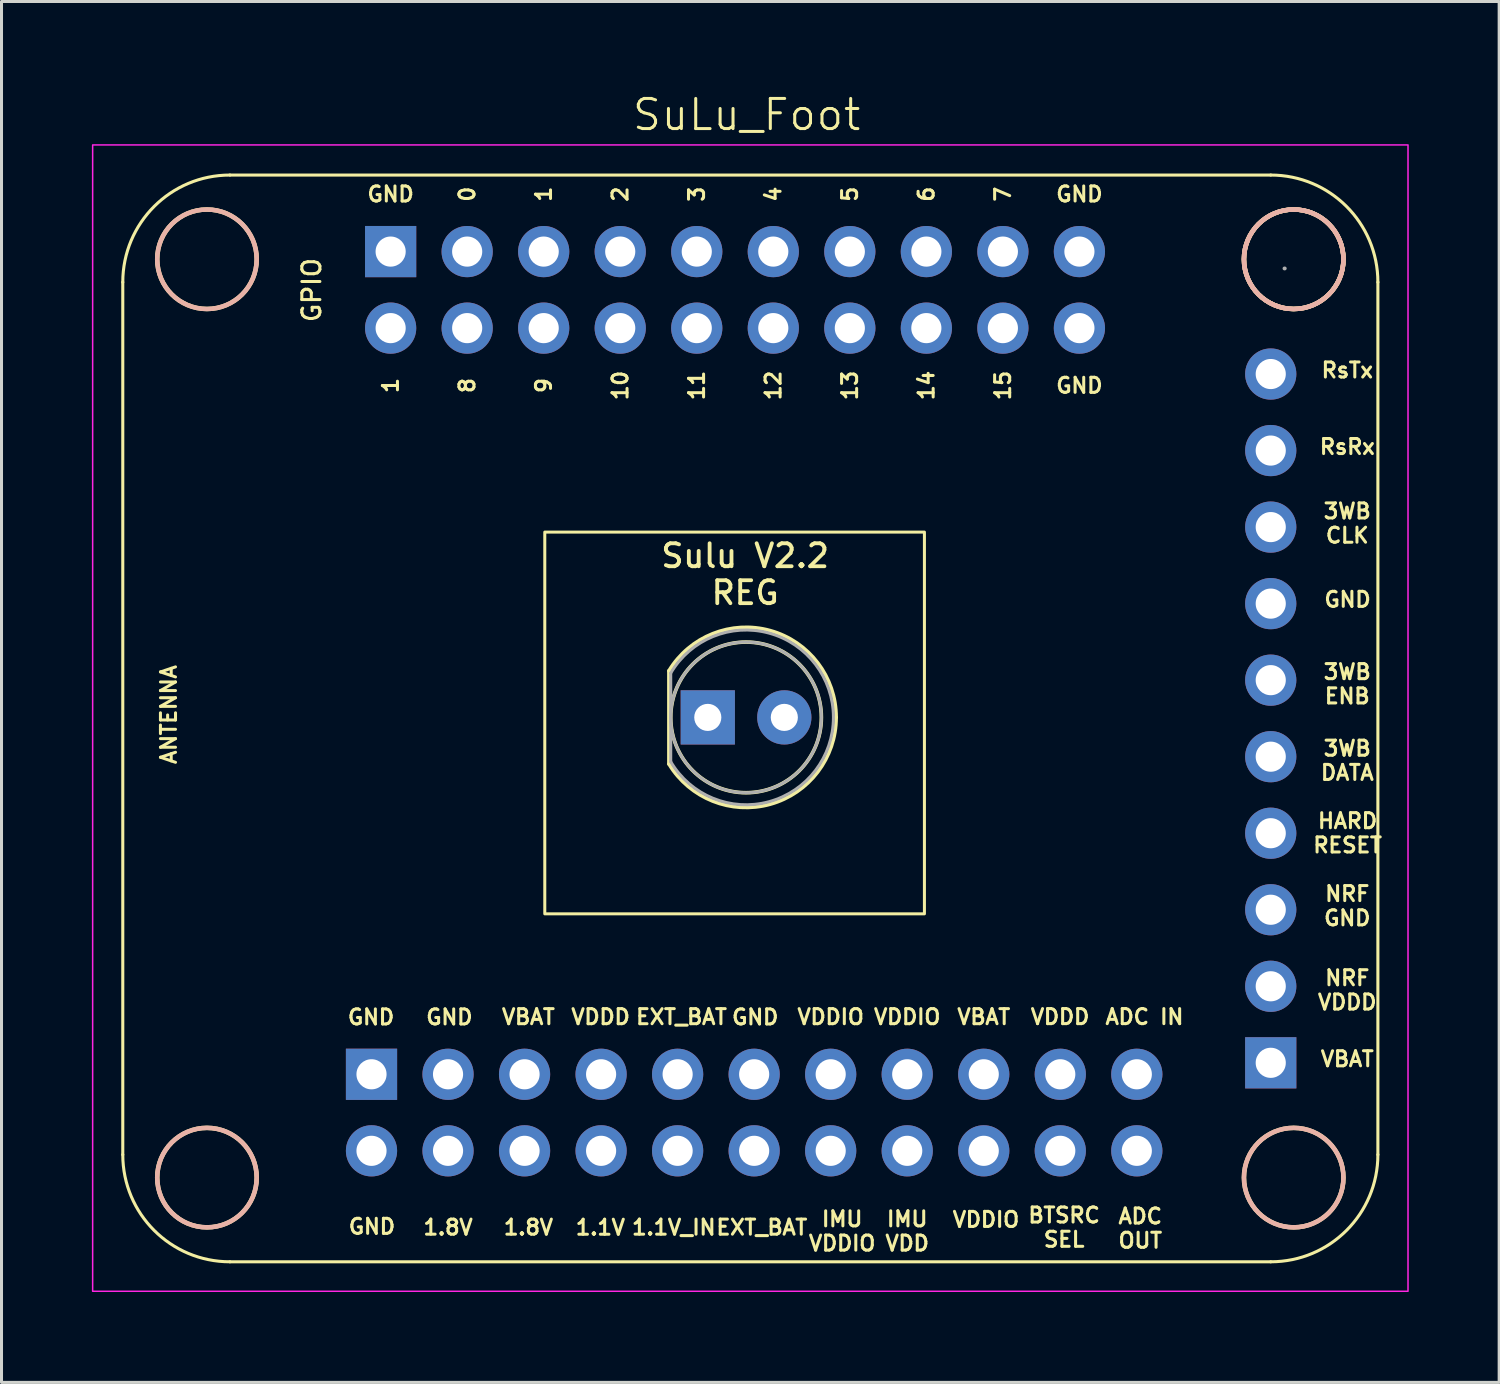
<source format=kicad_pcb>
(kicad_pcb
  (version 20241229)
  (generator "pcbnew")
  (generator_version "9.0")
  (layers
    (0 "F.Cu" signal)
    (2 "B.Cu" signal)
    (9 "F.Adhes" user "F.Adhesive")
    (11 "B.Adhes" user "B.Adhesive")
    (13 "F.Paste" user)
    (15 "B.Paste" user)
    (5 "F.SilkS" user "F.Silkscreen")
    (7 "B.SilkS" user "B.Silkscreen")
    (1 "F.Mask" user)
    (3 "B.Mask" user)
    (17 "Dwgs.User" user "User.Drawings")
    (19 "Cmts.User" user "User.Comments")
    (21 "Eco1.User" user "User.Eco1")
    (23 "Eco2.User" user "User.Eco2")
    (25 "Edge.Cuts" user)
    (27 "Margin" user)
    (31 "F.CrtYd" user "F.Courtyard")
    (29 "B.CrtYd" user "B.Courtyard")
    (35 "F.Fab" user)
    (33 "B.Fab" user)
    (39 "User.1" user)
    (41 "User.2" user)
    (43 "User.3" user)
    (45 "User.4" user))
  (footprint "SuLu_Foot"
    (layer "F.Cu")
    (at 21.681 20.86)
    (property "Reference" "SuLu_Foot" (at 0.05 -20.1 0) (unlocked yes) (layer "F.SilkS") (effects (font (size 1 1) (thickness 0.1))))
    (attr smd)
    (fp_line (start -20.656 14.412) (end -20.656 -14.544) (stroke (width 0.102) (type solid)) (layer "F.SilkS"))
    (fp_line (start -17.1 17.968) (end 17.444 17.968) (stroke (width 0.102) (type solid)) (layer "F.SilkS"))
    (fp_line (start -2.53 -1.645) (end -2.53 1.445) (stroke (width 0.12) (type solid)) (layer "F.SilkS"))
    (fp_line (start 17.444 -18.1) (end -17.1 -18.1) (stroke (width 0.102) (type solid)) (layer "F.SilkS"))
    (fp_line (start 21 14.412) (end 21 -14.544) (stroke (width 0.102) (type solid)) (layer "F.SilkS"))
    (fp_rect (start -6.65 6.42) (end 5.95 -6.25) (stroke (width 0.1) (type default)) (fill no) (layer "F.SilkS"))
    (fp_arc (start -20.656 -14.544) (mid -19.614472 -17.058472) (end -17.1 -18.1) (stroke (width 0.1016) (type solid)) (layer "F.SilkS"))
    (fp_arc (start -17.1 17.968) (mid -19.614472 16.926472) (end -20.656 14.412) (stroke (width 0.1016) (type solid)) (layer "F.SilkS"))
    (fp_arc (start -2.53 -1.64483) (mid 0.832002 -2.980433) (end 3.02 -0.099538) (stroke (width 0.12) (type solid)) (layer "F.SilkS"))
    (fp_arc (start 3.02 -0.100462) (mid 0.832002 2.780433) (end -2.53 1.44483) (stroke (width 0.12) (type solid)) (layer "F.SilkS"))
    (fp_arc (start 17.444 -18.1) (mid 19.958472 -17.058472) (end 21 -14.544) (stroke (width 0.1016) (type solid)) (layer "F.SilkS"))
    (fp_arc (start 21 14.412) (mid 19.958472 16.926472) (end 17.444 17.968) (stroke (width 0.1016) (type solid)) (layer "F.SilkS"))
    (fp_circle (center -17.862 -15.306) (end -17.862 -13.655) (stroke (width 0.15) (type solid)) (fill no) (layer "F.SilkS"))
    (fp_circle (center -17.862 15.174) (end -17.862 16.825) (stroke (width 0.15) (type solid)) (fill no) (layer "F.SilkS"))
    (fp_circle (center 0.03 -0.1) (end 2.53 -0.1) (stroke (width 0.12) (type solid)) (fill no) (layer "F.SilkS"))
    (fp_circle (center 18.206 -15.306) (end 18.206 -13.655) (stroke (width 0.15) (type solid)) (fill no) (layer "F.SilkS"))
    (fp_circle (center 18.206 -15.306) (end 18.206 -13.655) (stroke (width 0.15) (type solid)) (fill no) (layer "F.SilkS"))
    (fp_circle (center 18.206 15.174) (end 18.206 16.825) (stroke (width 0.15) (type solid)) (fill no) (layer "F.SilkS"))
    (fp_circle (center -17.862 -15.306) (end -17.862 -16.957) (stroke (width 0.15) (type solid)) (fill no) (layer "B.SilkS"))
    (fp_circle (center -17.862 15.174) (end -17.862 13.523) (stroke (width 0.15) (type solid)) (fill no) (layer "B.SilkS"))
    (fp_circle (center 18.206 -15.306) (end 18.206 -16.957) (stroke (width 0.15) (type solid)) (fill no) (layer "B.SilkS"))
    (fp_circle (center 18.206 -15.306) (end 18.206 -16.957) (stroke (width 0.15) (type solid)) (fill no) (layer "B.SilkS"))
    (fp_circle (center 18.206 15.174) (end 18.206 13.523) (stroke (width 0.15) (type solid)) (fill no) (layer "B.SilkS"))
    (fp_rect (start -21.656 -19.1) (end 22 18.946) (stroke (width 0.05) (type default)) (fill no) (layer "F.CrtYd"))
    (fp_line (start -2.47 -1.57) (end -2.47 1.37) (stroke (width 0.1) (type solid)) (layer "F.Fab"))
    (fp_line (start 17.9 -15) (end 17.91 -15) (stroke (width 0.127) (type solid)) (layer "F.Fab"))
    (fp_arc (start -2.47 -1.569694) (mid 2.93 -0.099984) (end -2.470016 1.369666) (stroke (width 0.1) (type solid)) (layer "F.Fab"))
    (fp_circle (center 0.03 -0.1) (end 2.53 -0.1) (stroke (width 0.1) (type solid)) (fill no) (layer "F.Fab"))
    (fp_text user "GND" (at 0.334 9.848 0) (unlocked yes) (layer "F.SilkS") (effects (font (size 0.5 0.5) (thickness 0.1))))
    (fp_text user "5" (at 3.474 -17.465 90) (unlocked yes) (layer "F.SilkS") (effects (font (size 0.5 0.5) (thickness 0.1))))
    (fp_text user "15" (at 8.554 -11.115 90) (unlocked yes) (layer "F.SilkS") (effects (font (size 0.5 0.5) (thickness 0.1))))
    (fp_text user "GND" (at -12.386 16.798 0) (unlocked yes) (layer "F.SilkS") (effects (font (size 0.5 0.5) (thickness 0.1))))
    (fp_text user "GND" (at -9.816 9.848 0) (unlocked yes) (layer "F.SilkS") (effects (font (size 0.5 0.5) (thickness 0.1))))
    (fp_text user "EXT_BAT" (at 0.553 16.825 0) (unlocked yes) (layer "F.SilkS") (effects (font (size 0.5 0.5) (thickness 0.1))))
    (fp_text user "GND" (at 11.094 -17.465 0) (unlocked yes) (layer "F.SilkS") (effects (font (size 0.5 0.5) (thickness 0.1))))
    (fp_text user "10" (at -4.146 -11.115 90) (unlocked yes) (layer "F.SilkS") (effects (font (size 0.5 0.5) (thickness 0.1))))
    (fp_text user "1.1V" (at -4.806 16.828 0) (unlocked yes) (layer "F.SilkS") (effects (font (size 0.5 0.5) (thickness 0.1))))
    (fp_text user "VBAT" (at 19.984 11.237 0) (unlocked yes) (layer "F.SilkS") (effects (font (size 0.5 0.5) (thickness 0.1))))
    (fp_text user "4" (at 0.934 -17.465 90) (unlocked yes) (layer "F.SilkS") (effects (font (size 0.5 0.5) (thickness 0.1))))
    (fp_text user "ANTENNA" (at -19.132 -0.193 90) (unlocked yes) (layer "F.SilkS") (effects (font (size 0.5 0.5) (thickness 0.1))))
    (fp_text user "RsRx" (at 19.984 -9.083 0) (unlocked yes) (layer "F.SilkS") (effects (font (size 0.5 0.5) (thickness 0.1))))
    (fp_text user "NRF\nVDDD" (at 19.984 8.951 0) (unlocked yes) (layer "F.SilkS") (effects (font (size 0.5 0.5) (thickness 0.1))))
    (fp_text user "1.1V_IN" (at -2.368 16.825 0) (unlocked yes) (layer "F.SilkS") (effects (font (size 0.5 0.5) (thickness 0.1))))
    (fp_text user "1.8V" (at -7.194 16.825 0) (unlocked yes) (layer "F.SilkS") (effects (font (size 0.5 0.5) (thickness 0.1))))
    (fp_text user "1" (at -11.766 -11.115 90) (unlocked yes) (layer "F.SilkS") (effects (font (size 0.5 0.5) (thickness 0.1))))
    (fp_text user "VBAT" (at 7.919 9.84 0) (unlocked yes) (layer "F.SilkS") (effects (font (size 0.5 0.5) (thickness 0.1))))
    (fp_text user "Sulu V2.2\nREG" (at 0 -4.85 0) (unlocked yes) (layer "F.SilkS") (effects (font (size 0.762 0.762) (thickness 0.127))))
    (fp_text user "IMU\nVDD" (at 5.379 16.952 0) (unlocked yes) (layer "F.SilkS") (effects (font (size 0.5 0.5) (thickness 0.1))))
    (fp_text user "3WB\nENB" (at 19.984 -1.209 0) (unlocked yes) (layer "F.SilkS") (effects (font (size 0.5 0.5) (thickness 0.1))))
    (fp_text user "BTSRC\nSEL" (at 10.586 16.825 0) (unlocked yes) (layer "F.SilkS") (effects (font (size 0.5 0.5) (thickness 0.1) (bold yes))))
    (fp_text user "VBAT" (at -7.194 9.84 0) (unlocked yes) (layer "F.SilkS") (effects (font (size 0.5 0.5) (thickness 0.1))))
    (fp_text user "IMU\nVDDIO" (at 3.22 16.952 0) (unlocked yes) (layer "F.SilkS") (effects (font (size 0.5 0.5) (thickness 0.1))))
    (fp_text user "2" (at -4.146 -17.465 90) (unlocked yes) (layer "F.SilkS") (effects (font (size 0.5 0.5) (thickness 0.1))))
    (fp_text user "GND" (at 11.094 -11.115 0) (unlocked yes) (layer "F.SilkS") (effects (font (size 0.5 0.5) (thickness 0.1))))
    (fp_text user "HARD\nRESET" (at 19.994 3.738 0) (unlocked yes) (layer "F.SilkS") (effects (font (size 0.5 0.5) (thickness 0.1) (bold yes))))
    (fp_text user "6" (at 6.014 -17.465 90) (unlocked yes) (layer "F.SilkS") (effects (font (size 0.5 0.5) (thickness 0.1))))
    (fp_text user "RsTx" (at 19.984 -11.623 0) (unlocked yes) (layer "F.SilkS") (effects (font (size 0.5 0.5) (thickness 0.1))))
    (fp_text user "VDDIO" (at 2.839 9.84 0) (unlocked yes) (layer "F.SilkS") (effects (font (size 0.5 0.5) (thickness 0.1))))
    (fp_text user "3" (at -1.606 -17.465 90) (unlocked yes) (layer "F.SilkS") (effects (font (size 0.5 0.5) (thickness 0.1))))
    (fp_text user "7" (at 8.554 -17.465 90) (unlocked yes) (layer "F.SilkS") (effects (font (size 0.5 0.5) (thickness 0.1))))
    (fp_text user "NRF\nGND" (at 19.984 6.157 0) (unlocked yes) (layer "F.SilkS") (effects (font (size 0.5 0.5) (thickness 0.1))))
    (fp_text user "0" (at -9.226 -17.465 90) (unlocked yes) (layer "F.SilkS") (effects (font (size 0.5 0.5) (thickness 0.1))))
    (fp_text user "3WB\nDATA" (at 19.984 1.331 0) (unlocked yes) (layer "F.SilkS") (effects (font (size 0.5 0.5) (thickness 0.1) (bold yes))))
    (fp_text user "12" (at 0.934 -11.115 90) (unlocked yes) (layer "F.SilkS") (effects (font (size 0.5 0.5) (thickness 0.1))))
    (fp_text user "9" (at -6.686 -11.115 90) (unlocked yes) (layer "F.SilkS") (effects (font (size 0.5 0.5) (thickness 0.1))))
    (fp_text user "GND" (at -12.416 9.848 0) (unlocked yes) (layer "F.SilkS") (effects (font (size 0.5 0.5) (thickness 0.1))))
    (fp_text user "3WB\nCLK" (at 19.984 -6.543 0) (unlocked yes) (layer "F.SilkS") (effects (font (size 0.5 0.5) (thickness 0.1))))
    (fp_text user "ADC\nOUT" (at 13.114 16.858 0) (unlocked yes) (layer "F.SilkS") (effects (font (size 0.5 0.5) (thickness 0.1) (bold yes))))
    (fp_text user "VDDIO" (at 5.379 9.84 0) (unlocked yes) (layer "F.SilkS") (effects (font (size 0.5 0.5) (thickness 0.1))))
    (fp_text user "8" (at -9.226 -11.115 90) (unlocked yes) (layer "F.SilkS") (effects (font (size 0.5 0.5) (thickness 0.1))))
    (fp_text user "14" (at 6.014 -11.115 90) (unlocked yes) (layer "F.SilkS") (effects (font (size 0.5 0.5) (thickness 0.1))))
    (fp_text user "EXT_BAT" (at -2.114 9.84 0) (unlocked yes) (layer "F.SilkS") (effects (font (size 0.5 0.5) (thickness 0.1))))
    (fp_text user "13" (at 3.474 -11.115 90) (unlocked yes) (layer "F.SilkS") (effects (font (size 0.5 0.5) (thickness 0.1))))
    (fp_text user "GND" (at 19.994 -4.012 0) (unlocked yes) (layer "F.SilkS") (effects (font (size 0.5 0.5) (thickness 0.1) (bold yes))))
    (fp_text user "11" (at -1.606 -11.115 90) (unlocked yes) (layer "F.SilkS") (effects (font (size 0.5 0.5) (thickness 0.1))))
    (fp_text user "ADC IN" (at 13.254 9.838 0) (unlocked yes) (layer "F.SilkS") (effects (font (size 0.5 0.5) (thickness 0.1) (bold yes))))
    (fp_text user "1.8V" (at -9.861 16.825 0) (unlocked yes) (layer "F.SilkS") (effects (font (size 0.5 0.5) (thickness 0.1))))
    (fp_text user "VDDD" (at -4.796 9.84 0) (unlocked yes) (layer "F.SilkS") (effects (font (size 0.5 0.5) (thickness 0.1))))
    (fp_text user "GPIO" (at -14.386 -14.282 90) (unlocked yes) (layer "F.SilkS") (effects (font (size 0.6 0.6) (thickness 0.1))))
    (fp_text user "1" (at -6.686 -17.465 90) (unlocked yes) (layer "F.SilkS") (effects (font (size 0.5 0.5) (thickness 0.1))))
    (fp_text user "VDDIO" (at 7.994 16.568 0) (unlocked yes) (layer "F.SilkS") (effects (font (size 0.5 0.5) (thickness 0.1))))
    (fp_text user "VDDD" (at 10.454 9.838 0) (unlocked yes) (layer "F.SilkS") (effects (font (size 0.5 0.5) (thickness 0.1))))
    (fp_text user "GND" (at -11.766 -17.465 0) (unlocked yes) (layer "F.SilkS") (effects (font (size 0.5 0.5) (thickness 0.1))))
    (pad "1a" thru_hole rect (at -11.766 -15.56 270) (size 1.7 1.7) (drill 1) (layers "*.Cu" "*.Mask"))
    (pad "1b" thru_hole rect (at 17.444 11.364) (size 1.7 1.7) (drill 1) (layers "*.Cu" "*.Mask"))
    (pad "1c" thru_hole rect (at -12.401 11.745 270) (size 1.7 1.7) (drill 1) (layers "*.Cu" "*.Mask"))
    (pad "1e" thru_hole rect (at -1.24 -0.1) (size 1.8 1.8) (drill 0.9) (layers "*.Cu" "*.Mask"))
    (pad "2a" thru_hole oval (at -11.766 -13.02 270) (size 1.7 1.7) (drill 1) (layers "*.Cu" "*.Mask"))
    (pad "2b" thru_hole oval (at 17.444 8.824) (size 1.7 1.7) (drill 1) (layers "*.Cu" "*.Mask"))
    (pad "2c" thru_hole oval (at -12.401 14.285 270) (size 1.7 1.7) (drill 1) (layers "*.Cu" "*.Mask"))
    (pad "2e" thru_hole circle (at 1.3 -0.1) (size 1.8 1.8) (drill 0.9) (layers "*.Cu" "*.Mask"))
    (pad "3a" thru_hole oval (at -9.226 -15.56 270) (size 1.7 1.7) (drill 1) (layers "*.Cu" "*.Mask"))
    (pad "3b" thru_hole oval (at 17.444 6.284) (size 1.7 1.7) (drill 1) (layers "*.Cu" "*.Mask"))
    (pad "3c" thru_hole oval (at -9.861 11.745 270) (size 1.7 1.7) (drill 1) (layers "*.Cu" "*.Mask"))
    (pad "4a" thru_hole oval (at -9.226 -13.02 270) (size 1.7 1.7) (drill 1) (layers "*.Cu" "*.Mask"))
    (pad "4b" thru_hole oval (at 17.444 3.744) (size 1.7 1.7) (drill 1) (layers "*.Cu" "*.Mask"))
    (pad "4c" thru_hole oval (at -9.861 14.285 270) (size 1.7 1.7) (drill 1) (layers "*.Cu" "*.Mask"))
    (pad "5a" thru_hole oval (at -6.686 -15.56 270) (size 1.7 1.7) (drill 1) (layers "*.Cu" "*.Mask"))
    (pad "5b" thru_hole oval (at 17.444 1.204) (size 1.7 1.7) (drill 1) (layers "*.Cu" "*.Mask"))
    (pad "5c" thru_hole oval (at -7.321 11.745 270) (size 1.7 1.7) (drill 1) (layers "*.Cu" "*.Mask"))
    (pad "6a" thru_hole oval (at -6.686 -13.02 270) (size 1.7 1.7) (drill 1) (layers "*.Cu" "*.Mask"))
    (pad "6b" thru_hole oval (at 17.444 -1.336) (size 1.7 1.7) (drill 1) (layers "*.Cu" "*.Mask"))
    (pad "6c" thru_hole oval (at -7.321 14.285 270) (size 1.7 1.7) (drill 1) (layers "*.Cu" "*.Mask"))
    (pad "7a" thru_hole oval (at -4.146 -15.56 270) (size 1.7 1.7) (drill 1) (layers "*.Cu" "*.Mask"))
    (pad "7b" thru_hole oval (at 17.444 -3.876) (size 1.7 1.7) (drill 1) (layers "*.Cu" "*.Mask"))
    (pad "7c" thru_hole oval (at -4.781 11.745 270) (size 1.7 1.7) (drill 1) (layers "*.Cu" "*.Mask"))
    (pad "8a" thru_hole oval (at -4.146 -13.02 270) (size 1.7 1.7) (drill 1) (layers "*.Cu" "*.Mask"))
    (pad "8b" thru_hole oval (at 17.444 -6.416) (size 1.7 1.7) (drill 1) (layers "*.Cu" "*.Mask"))
    (pad "8c" thru_hole oval (at -4.781 14.285 270) (size 1.7 1.7) (drill 1) (layers "*.Cu" "*.Mask"))
    (pad "9a" thru_hole oval (at -1.606 -15.56 270) (size 1.7 1.7) (drill 1) (layers "*.Cu" "*.Mask"))
    (pad "9b" thru_hole oval (at 17.444 -8.956) (size 1.7 1.7) (drill 1) (layers "*.Cu" "*.Mask"))
    (pad "9c" thru_hole oval (at -2.241 11.745 270) (size 1.7 1.7) (drill 1) (layers "*.Cu" "*.Mask"))
    (pad "10a" thru_hole oval (at -1.606 -13.02 270) (size 1.7 1.7) (drill 1) (layers "*.Cu" "*.Mask"))
    (pad "10b" thru_hole oval (at 17.444 -11.496) (size 1.7 1.7) (drill 1) (layers "*.Cu" "*.Mask"))
    (pad "10c" thru_hole oval (at -2.241 14.285 270) (size 1.7 1.7) (drill 1) (layers "*.Cu" "*.Mask"))
    (pad "11a" thru_hole oval (at 0.934 -15.56 270) (size 1.7 1.7) (drill 1) (layers "*.Cu" "*.Mask"))
    (pad "11c" thru_hole oval (at 0.299 11.745 270) (size 1.7 1.7) (drill 1) (layers "*.Cu" "*.Mask"))
    (pad "12a" thru_hole oval (at 0.934 -13.02 270) (size 1.7 1.7) (drill 1) (layers "*.Cu" "*.Mask"))
    (pad "12c" thru_hole oval (at 0.299 14.285 270) (size 1.7 1.7) (drill 1) (layers "*.Cu" "*.Mask"))
    (pad "13a" thru_hole oval (at 3.474 -15.56 270) (size 1.7 1.7) (drill 1) (layers "*.Cu" "*.Mask"))
    (pad "13c" thru_hole oval (at 2.839 11.745 270) (size 1.7 1.7) (drill 1) (layers "*.Cu" "*.Mask"))
    (pad "14a" thru_hole oval (at 3.474 -13.02 270) (size 1.7 1.7) (drill 1) (layers "*.Cu" "*.Mask"))
    (pad "14c" thru_hole oval (at 2.839 14.285 270) (size 1.7 1.7) (drill 1) (layers "*.Cu" "*.Mask"))
    (pad "15a" thru_hole oval (at 6.014 -15.56 270) (size 1.7 1.7) (drill 1) (layers "*.Cu" "*.Mask"))
    (pad "15c" thru_hole oval (at 5.379 11.745 270) (size 1.7 1.7) (drill 1) (layers "*.Cu" "*.Mask"))
    (pad "16a" thru_hole oval (at 6.014 -13.02 270) (size 1.7 1.7) (drill 1) (layers "*.Cu" "*.Mask"))
    (pad "16c" thru_hole oval (at 5.379 14.285 270) (size 1.7 1.7) (drill 1) (layers "*.Cu" "*.Mask"))
    (pad "17a" thru_hole oval (at 8.554 -15.56 270) (size 1.7 1.7) (drill 1) (layers "*.Cu" "*.Mask"))
    (pad "17c" thru_hole oval (at 7.919 11.745 270) (size 1.7 1.7) (drill 1) (layers "*.Cu" "*.Mask"))
    (pad "18a" thru_hole oval (at 8.554 -13.02 270) (size 1.7 1.7) (drill 1) (layers "*.Cu" "*.Mask"))
    (pad "18c" thru_hole oval (at 7.919 14.285 270) (size 1.7 1.7) (drill 1) (layers "*.Cu" "*.Mask"))
    (pad "19a" thru_hole oval (at 11.094 -15.56 270) (size 1.7 1.7) (drill 1) (layers "*.Cu" "*.Mask"))
    (pad "19c" thru_hole oval (at 10.459 11.745 270) (size 1.7 1.7) (drill 1) (layers "*.Cu" "*.Mask"))
    (pad "20a" thru_hole oval (at 11.094 -13.02 270) (size 1.7 1.7) (drill 1) (layers "*.Cu" "*.Mask"))
    (pad "20c" thru_hole oval (at 10.459 14.285 270) (size 1.7 1.7) (drill 1) (layers "*.Cu" "*.Mask"))
    (pad "21c" thru_hole oval (at 12.999 11.745 270) (size 1.7 1.7) (drill 1) (layers "*.Cu" "*.Mask"))
    (pad "22c" thru_hole oval (at 12.999 14.285 270) (size 1.7 1.7) (drill 1) (layers "*.Cu" "*.Mask")))
  (gr_rect
    (start -3 -3)
    (end 46.706 42.831)
    (stroke (width 0.1) (type default))
    (fill no)
    (layer "Edge.Cuts")))
</source>
